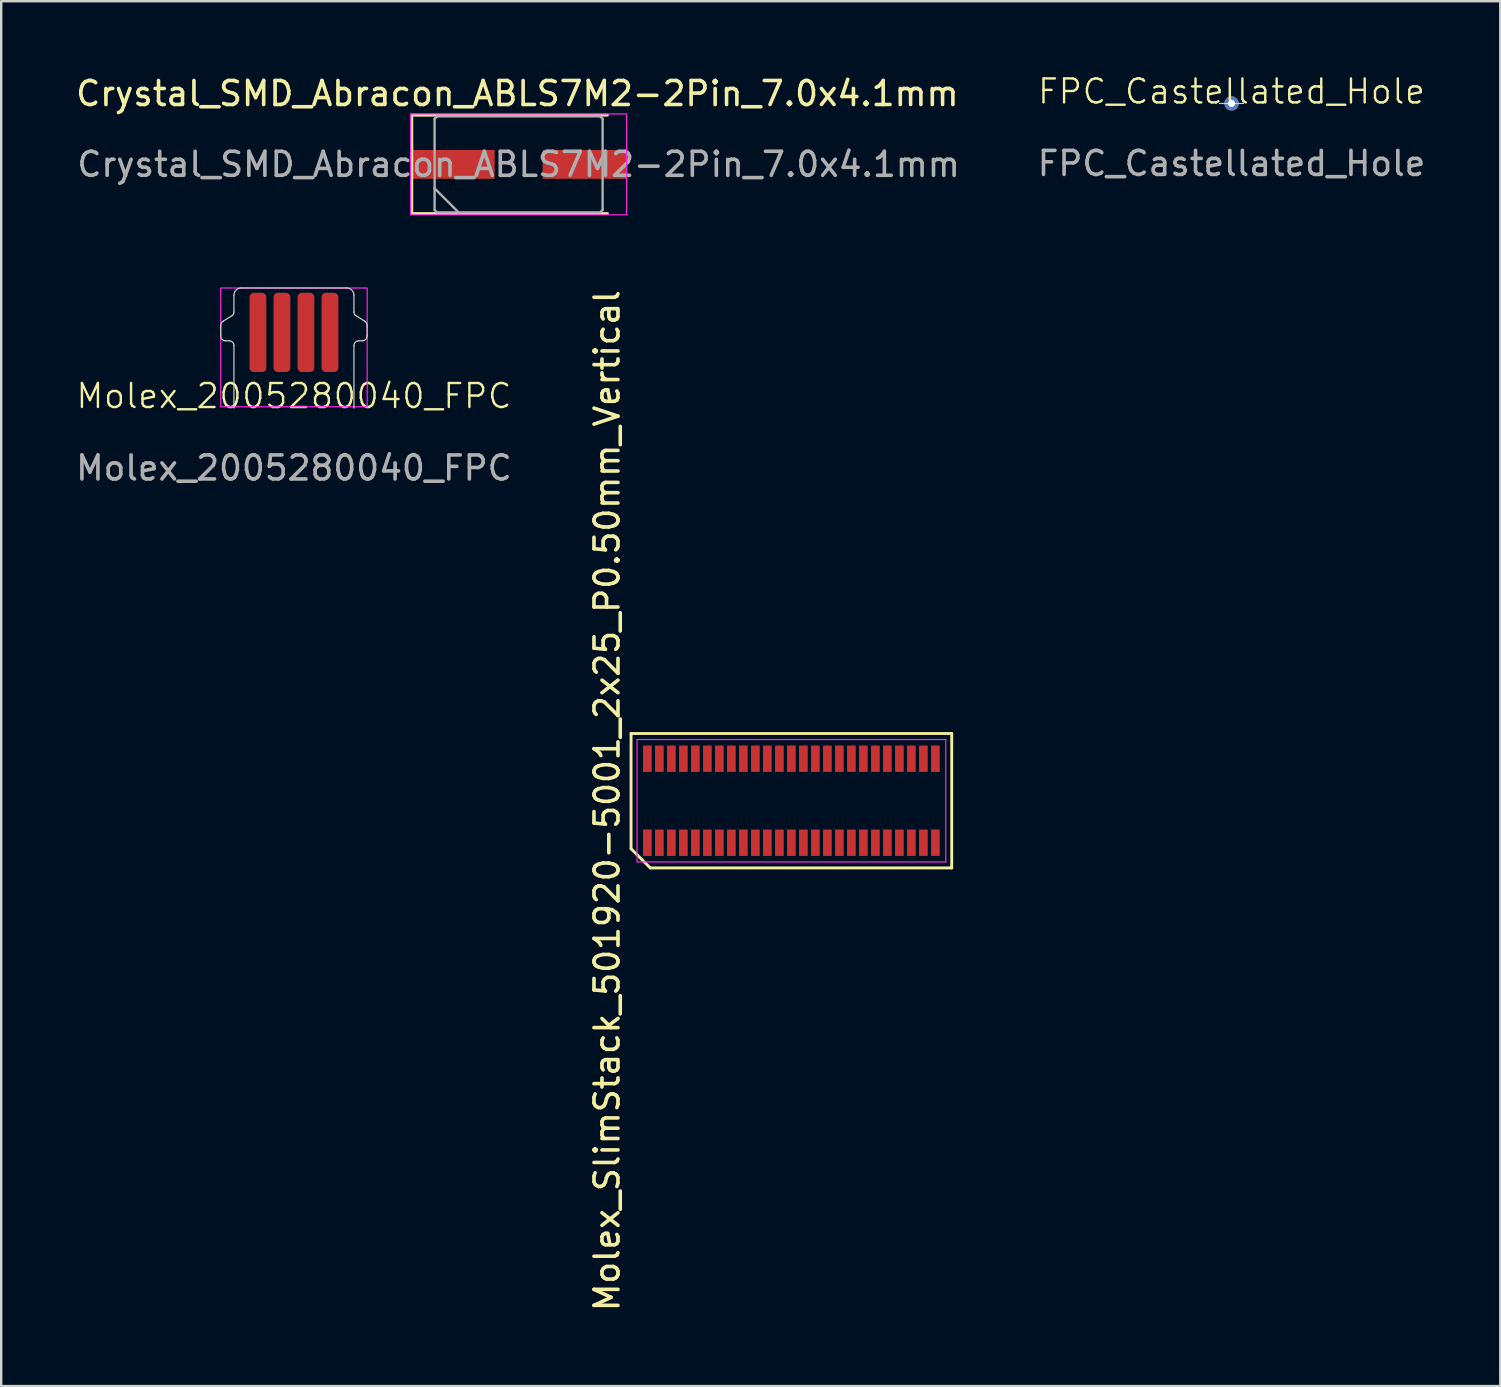
<source format=kicad_pcb>
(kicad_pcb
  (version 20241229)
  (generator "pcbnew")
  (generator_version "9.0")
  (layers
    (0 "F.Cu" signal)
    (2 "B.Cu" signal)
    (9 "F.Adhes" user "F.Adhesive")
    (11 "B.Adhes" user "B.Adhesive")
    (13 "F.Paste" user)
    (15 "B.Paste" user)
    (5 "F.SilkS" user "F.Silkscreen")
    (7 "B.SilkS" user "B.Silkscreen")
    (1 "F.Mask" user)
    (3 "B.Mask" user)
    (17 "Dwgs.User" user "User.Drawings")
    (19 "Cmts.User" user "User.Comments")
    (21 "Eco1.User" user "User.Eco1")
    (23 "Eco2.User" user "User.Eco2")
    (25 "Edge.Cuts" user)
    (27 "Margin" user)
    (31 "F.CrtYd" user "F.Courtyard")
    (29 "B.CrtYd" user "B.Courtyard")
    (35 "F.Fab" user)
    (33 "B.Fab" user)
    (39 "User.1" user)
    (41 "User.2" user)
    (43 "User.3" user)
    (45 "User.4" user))
  (footprint "FPC_Castellated_Hole"
    (layer "F.Cu")
    (at 48.258 1.26)
    (property "Reference" "FPC_Castellated_Hole" (at 0 -0.5 0) (unlocked yes) (layer "F.SilkS") (effects (font (size 1 1) (thickness 0.1))))
    (fp_line (start -0.5 0) (end 0.5 0) (stroke (width 0.05) (type default)) (layer "Edge.Cuts"))
    (fp_text user "${REFERENCE}" (at 0 2.5 0) (unlocked yes) (layer "F.Fab") (effects (font (size 1 1) (thickness 0.15))))
    (pad "1" thru_hole circle (at 0 0) (size 0.6 0.6) (drill 0.3) (property pad_prop_castellated) (layers "*.Cu" "*.Mask")))
  (footprint "Molex_SlimStack_501920-5001_2x25_P0.50mm_Vertical"
    (layer "F.Cu")
    (at 29.921 30.31)
    (property "Reference" "Molex_SlimStack_501920-5001_2x25_P0.50mm_Vertical" (at -7.68 0 90) (layer "F.SilkS") (effects (font (size 1 1) (thickness 0.15))))
    (attr smd)
    (fp_line (start -6.68 -2.8) (end 6.68 -2.8) (stroke (width 0.12) (type solid)) (layer "F.SilkS"))
    (fp_line (start -6.68 2) (end -6.68 -2.8) (stroke (width 0.12) (type solid)) (layer "F.SilkS"))
    (fp_line (start -5.88 2.8) (end -6.68 2) (stroke (width 0.12) (type solid)) (layer "F.SilkS"))
    (fp_line (start 6.68 -2.8) (end 6.68 2.8) (stroke (width 0.12) (type solid)) (layer "F.SilkS"))
    (fp_line (start 6.68 2.8) (end -5.88 2.8) (stroke (width 0.12) (type solid)) (layer "F.SilkS"))
    (fp_line (start -6.43 -2.55) (end 6.43 -2.55) (stroke (width 0.05) (type solid)) (layer "F.CrtYd"))
    (fp_line (start -6.43 2.55) (end -6.43 -2.55) (stroke (width 0.05) (type solid)) (layer "F.CrtYd"))
    (fp_line (start 6.43 -2.55) (end 6.43 2.55) (stroke (width 0.05) (type solid)) (layer "F.CrtYd"))
    (fp_line (start 6.43 2.55) (end -6.43 2.55) (stroke (width 0.05) (type solid)) (layer "F.CrtYd"))
    (pad "1" smd rect (at -6 1.75) (size 0.36 1.1) (layers "F.Cu" "F.Mask" "F.Paste"))
    (pad "2" smd rect (at -6 -1.75) (size 0.36 1.1) (layers "F.Cu" "F.Mask" "F.Paste"))
    (pad "3" smd rect (at -5.5 1.75) (size 0.36 1.1) (layers "F.Cu" "F.Mask" "F.Paste"))
    (pad "4" smd rect (at -5.5 -1.75) (size 0.36 1.1) (layers "F.Cu" "F.Mask" "F.Paste"))
    (pad "5" smd rect (at -5 1.75) (size 0.36 1.1) (layers "F.Cu" "F.Mask" "F.Paste"))
    (pad "6" smd rect (at -5 -1.75) (size 0.36 1.1) (layers "F.Cu" "F.Mask" "F.Paste"))
    (pad "7" smd rect (at -4.5 1.75) (size 0.36 1.1) (layers "F.Cu" "F.Mask" "F.Paste"))
    (pad "8" smd rect (at -4.5 -1.75) (size 0.36 1.1) (layers "F.Cu" "F.Mask" "F.Paste"))
    (pad "9" smd rect (at -4 1.75) (size 0.36 1.1) (layers "F.Cu" "F.Mask" "F.Paste"))
    (pad "10" smd rect (at -4 -1.75) (size 0.36 1.1) (layers "F.Cu" "F.Mask" "F.Paste"))
    (pad "11" smd rect (at -3.5 1.75) (size 0.36 1.1) (layers "F.Cu" "F.Mask" "F.Paste"))
    (pad "12" smd rect (at -3.5 -1.75) (size 0.36 1.1) (layers "F.Cu" "F.Mask" "F.Paste"))
    (pad "13" smd rect (at -3 1.75) (size 0.36 1.1) (layers "F.Cu" "F.Mask" "F.Paste"))
    (pad "14" smd rect (at -3 -1.75) (size 0.36 1.1) (layers "F.Cu" "F.Mask" "F.Paste"))
    (pad "15" smd rect (at -2.5 1.75) (size 0.36 1.1) (layers "F.Cu" "F.Mask" "F.Paste"))
    (pad "16" smd rect (at -2.5 -1.75) (size 0.36 1.1) (layers "F.Cu" "F.Mask" "F.Paste"))
    (pad "17" smd rect (at -2 1.75) (size 0.36 1.1) (layers "F.Cu" "F.Mask" "F.Paste"))
    (pad "18" smd rect (at -2 -1.75) (size 0.36 1.1) (layers "F.Cu" "F.Mask" "F.Paste"))
    (pad "19" smd rect (at -1.5 1.75) (size 0.36 1.1) (layers "F.Cu" "F.Mask" "F.Paste"))
    (pad "20" smd rect (at -1.5 -1.75) (size 0.36 1.1) (layers "F.Cu" "F.Mask" "F.Paste"))
    (pad "21" smd rect (at -1 1.75) (size 0.36 1.1) (layers "F.Cu" "F.Mask" "F.Paste"))
    (pad "22" smd rect (at -1 -1.75) (size 0.36 1.1) (layers "F.Cu" "F.Mask" "F.Paste"))
    (pad "23" smd rect (at -0.5 1.75) (size 0.36 1.1) (layers "F.Cu" "F.Mask" "F.Paste"))
    (pad "24" smd rect (at -0.5 -1.75) (size 0.36 1.1) (layers "F.Cu" "F.Mask" "F.Paste"))
    (pad "25" smd rect (at 0 1.75) (size 0.36 1.1) (layers "F.Cu" "F.Mask" "F.Paste"))
    (pad "26" smd rect (at 0 -1.75) (size 0.36 1.1) (layers "F.Cu" "F.Mask" "F.Paste"))
    (pad "27" smd rect (at 0.5 1.75) (size 0.36 1.1) (layers "F.Cu" "F.Mask" "F.Paste"))
    (pad "28" smd rect (at 0.5 -1.75) (size 0.36 1.1) (layers "F.Cu" "F.Mask" "F.Paste"))
    (pad "29" smd rect (at 1 1.75) (size 0.36 1.1) (layers "F.Cu" "F.Mask" "F.Paste"))
    (pad "30" smd rect (at 1 -1.75) (size 0.36 1.1) (layers "F.Cu" "F.Mask" "F.Paste"))
    (pad "31" smd rect (at 1.5 1.75) (size 0.36 1.1) (layers "F.Cu" "F.Mask" "F.Paste"))
    (pad "32" smd rect (at 1.5 -1.75) (size 0.36 1.1) (layers "F.Cu" "F.Mask" "F.Paste"))
    (pad "33" smd rect (at 2 1.75) (size 0.36 1.1) (layers "F.Cu" "F.Mask" "F.Paste"))
    (pad "34" smd rect (at 2 -1.75) (size 0.36 1.1) (layers "F.Cu" "F.Mask" "F.Paste"))
    (pad "35" smd rect (at 2.5 1.75) (size 0.36 1.1) (layers "F.Cu" "F.Mask" "F.Paste"))
    (pad "36" smd rect (at 2.5 -1.75) (size 0.36 1.1) (layers "F.Cu" "F.Mask" "F.Paste"))
    (pad "37" smd rect (at 3 1.75) (size 0.36 1.1) (layers "F.Cu" "F.Mask" "F.Paste"))
    (pad "38" smd rect (at 3 -1.75) (size 0.36 1.1) (layers "F.Cu" "F.Mask" "F.Paste"))
    (pad "39" smd rect (at 3.5 1.75) (size 0.36 1.1) (layers "F.Cu" "F.Mask" "F.Paste"))
    (pad "40" smd rect (at 3.5 -1.75) (size 0.36 1.1) (layers "F.Cu" "F.Mask" "F.Paste"))
    (pad "41" smd rect (at 4 1.75) (size 0.36 1.1) (layers "F.Cu" "F.Mask" "F.Paste"))
    (pad "42" smd rect (at 4 -1.75) (size 0.36 1.1) (layers "F.Cu" "F.Mask" "F.Paste"))
    (pad "43" smd rect (at 4.5 1.75) (size 0.36 1.1) (layers "F.Cu" "F.Mask" "F.Paste"))
    (pad "44" smd rect (at 4.5 -1.75) (size 0.36 1.1) (layers "F.Cu" "F.Mask" "F.Paste"))
    (pad "45" smd rect (at 5 1.75) (size 0.36 1.1) (layers "F.Cu" "F.Mask" "F.Paste"))
    (pad "46" smd rect (at 5 -1.75) (size 0.36 1.1) (layers "F.Cu" "F.Mask" "F.Paste"))
    (pad "47" smd rect (at 5.5 1.75) (size 0.36 1.1) (layers "F.Cu" "F.Mask" "F.Paste"))
    (pad "48" smd rect (at 5.5 -1.75) (size 0.36 1.1) (layers "F.Cu" "F.Mask" "F.Paste"))
    (pad "49" smd rect (at 6 1.75) (size 0.36 1.1) (layers "F.Cu" "F.Mask" "F.Paste"))
    (pad "50" smd rect (at 6 -1.75) (size 0.36 1.1) (layers "F.Cu" "F.Mask" "F.Paste")))
  (footprint "Molex_2005280040_FPC"
    (layer "F.Cu")
    (at 9.196 13.948)
    (property "Reference" "Molex_2005280040_FPC" (at 0 -0.5 0) (unlocked yes) (layer "F.SilkS") (effects (font (size 1 1) (thickness 0.1))))
    (attr exclude_from_pos_files exclude_from_bom)
    (fp_line (start -3.05 -3.445) (end -3.05 -3) (stroke (width 0.05) (type default)) (layer "Edge.Cuts"))
    (fp_line (start -2.85 -2.8) (end -2.7 -2.8) (stroke (width 0.05) (type default)) (layer "Edge.Cuts"))
    (fp_line (start -2.559 -3.859) (end -2.939 -3.624) (stroke (width 0.05) (type default)) (layer "Edge.Cuts"))
    (fp_line (start -2.5 -4.7) (end -2.5 -4) (stroke (width 0.05) (type default)) (layer "Edge.Cuts"))
    (fp_line (start -2.5 -2.6) (end -2.5 0) (stroke (width 0.05) (type default)) (layer "Edge.Cuts"))
    (fp_line (start -2.2 -5) (end 2.2 -5) (stroke (width 0.05) (type default)) (layer "Edge.Cuts"))
    (fp_line (start 2.5 -4.7) (end 2.5 -4) (stroke (width 0.05) (type default)) (layer "Edge.Cuts"))
    (fp_line (start 2.5 -2.6) (end 2.5 0) (stroke (width 0.05) (type default)) (layer "Edge.Cuts"))
    (fp_line (start 2.559 -3.859) (end 2.939 -3.624) (stroke (width 0.05) (type default)) (layer "Edge.Cuts"))
    (fp_line (start 2.85 -2.8) (end 2.7 -2.8) (stroke (width 0.05) (type default)) (layer "Edge.Cuts"))
    (fp_line (start 3.05 -3.445) (end 3.05 -3) (stroke (width 0.05) (type default)) (layer "Edge.Cuts"))
    (fp_arc (start -3.05 -3.444854) (mid -3.02013 -3.55) (end -2.939443 -3.623739) (stroke (width 0.05) (type default)) (layer "Edge.Cuts"))
    (fp_arc (start -2.85 -2.8) (mid -2.991421 -2.858579) (end -3.05 -3) (stroke (width 0.05) (type default)) (layer "Edge.Cuts"))
    (fp_arc (start -2.7 -2.8) (mid -2.558579 -2.741421) (end -2.5 -2.6) (stroke (width 0.05) (type default)) (layer "Edge.Cuts"))
    (fp_arc (start -2.5 -4.7) (mid -2.412132 -4.912132) (end -2.2 -5) (stroke (width 0.05) (type default)) (layer "Edge.Cuts"))
    (fp_arc (start -2.5 -4) (mid -2.515224 -3.923463) (end -2.558579 -3.858579) (stroke (width 0.05) (type default)) (layer "Edge.Cuts"))
    (fp_arc (start 2.2 -5) (mid 2.412132 -4.912132) (end 2.5 -4.7) (stroke (width 0.05) (type default)) (layer "Edge.Cuts"))
    (fp_arc (start 2.5 -2.6) (mid 2.558579 -2.741421) (end 2.7 -2.8) (stroke (width 0.05) (type default)) (layer "Edge.Cuts"))
    (fp_arc (start 2.558579 -3.858579) (mid 2.515224 -3.923463) (end 2.5 -4) (stroke (width 0.05) (type default)) (layer "Edge.Cuts"))
    (fp_arc (start 2.939443 -3.623739) (mid 3.02013 -3.55) (end 3.05 -3.444854) (stroke (width 0.05) (type default)) (layer "Edge.Cuts"))
    (fp_arc (start 3.05 -3) (mid 2.991421 -2.858579) (end 2.85 -2.8) (stroke (width 0.05) (type default)) (layer "Edge.Cuts"))
    (fp_rect (start -3.05 -5) (end 3.05 -0.05) (stroke (width 0.05) (type default)) (fill no) (layer "F.CrtYd"))
    (fp_line (start -3.062 -3.457) (end -3.062 -3.012) (stroke (width 0.05) (type default)) (layer "User.4"))
    (fp_line (start -2.862 -2.812) (end -2.712 -2.812) (stroke (width 0.05) (type default)) (layer "User.4"))
    (fp_line (start -2.571 -3.871) (end -2.952 -3.636) (stroke (width 0.05) (type default)) (layer "User.4"))
    (fp_line (start -2.512 -4.712) (end -2.512 -4.012) (stroke (width 0.05) (type default)) (layer "User.4"))
    (fp_line (start -2.512 -2.612) (end -2.512 -0.012) (stroke (width 0.05) (type default)) (layer "User.4"))
    (fp_line (start -2.512 -0.012) (end 2.512 -0.012) (stroke (width 0.05) (type default)) (layer "User.4"))
    (fp_line (start -2.2 -5) (end 2.2 -5) (stroke (width 0.05) (type default)) (layer "User.4"))
    (fp_line (start 2.512 -4.712) (end 2.512 -4.012) (stroke (width 0.05) (type default)) (layer "User.4"))
    (fp_line (start 2.512 -2.612) (end 2.512 -0.012) (stroke (width 0.05) (type default)) (layer "User.4"))
    (fp_line (start 2.571 -3.871) (end 2.952 -3.636) (stroke (width 0.05) (type default)) (layer "User.4"))
    (fp_line (start 2.862 -2.812) (end 2.712 -2.812) (stroke (width 0.05) (type default)) (layer "User.4"))
    (fp_line (start 3.062 -3.457) (end 3.062 -3.012) (stroke (width 0.05) (type default)) (layer "User.4"))
    (fp_arc (start -3.062132 -3.456986) (mid -3.032262 -3.562132) (end -2.951575 -3.635871) (stroke (width 0.05) (type default)) (layer "User.4"))
    (fp_arc (start -2.862132 -2.812132) (mid -3.003553 -2.870711) (end -3.062132 -3.012132) (stroke (width 0.05) (type default)) (layer "User.4"))
    (fp_arc (start -2.712132 -2.812132) (mid -2.570711 -2.753553) (end -2.512132 -2.612132) (stroke (width 0.05) (type default)) (layer "User.4"))
    (fp_arc (start -2.512132 -4.012132) (mid -2.527356 -3.935595) (end -2.570711 -3.870711) (stroke (width 0.05) (type default)) (layer "User.4"))
    (fp_arc (start -2.5 -4.7) (mid -2.412132 -4.912132) (end -2.2 -5) (stroke (width 0.05) (type default)) (layer "User.4"))
    (fp_arc (start 2.2 -5) (mid 2.412132 -4.912132) (end 2.5 -4.7) (stroke (width 0.05) (type default)) (layer "User.4"))
    (fp_arc (start 2.512132 -2.612132) (mid 2.570711 -2.753553) (end 2.712132 -2.812132) (stroke (width 0.05) (type default)) (layer "User.4"))
    (fp_arc (start 2.570711 -3.870711) (mid 2.527356 -3.935595) (end 2.512132 -4.012132) (stroke (width 0.05) (type default)) (layer "User.4"))
    (fp_arc (start 2.951575 -3.635871) (mid 3.032262 -3.562132) (end 3.062132 -3.456986) (stroke (width 0.05) (type default)) (layer "User.4"))
    (fp_arc (start 3.062132 -3.012132) (mid 3.003553 -2.870711) (end 2.862132 -2.812132) (stroke (width 0.05) (type default)) (layer "User.4"))
    (fp_text user "${REFERENCE}" (at 0 2.5 0) (unlocked yes) (layer "F.Fab") (effects (font (size 1 1) (thickness 0.15))))
    (pad "1" smd roundrect (at 1.5 -3.15) (size 0.7 3.3) (layers "F.Cu" "F.Mask") (roundrect_rratio 0.25))
    (pad "2" smd roundrect (at 0.5 -3.15) (size 0.7 3.3) (layers "F.Cu" "F.Mask") (roundrect_rratio 0.25))
    (pad "3" smd roundrect (at -0.5 -3.15) (size 0.7 3.3) (layers "F.Cu" "F.Mask") (roundrect_rratio 0.25))
    (pad "4" smd roundrect (at -1.5 -3.15) (size 0.7 3.3) (layers "F.Cu" "F.Mask") (roundrect_rratio 0.25)))
  (footprint "Crystal_SMD_Abracon_ABLS7M2-2Pin_7.0x4.1mm"
    (layer "F.Cu")
    (at 18.556 3.798)
    (property "Reference" "Crystal_SMD_Abracon_ABLS7M2-2Pin_7.0x4.1mm" (at -0.05 -2.95 0) (layer "F.SilkS") (effects (font (size 1 1) (thickness 0.15))))
    (attr smd)
    (fp_line (start -4.45 -2.05) (end -4.45 2.05) (stroke (width 0.12) (type solid)) (layer "F.SilkS"))
    (fp_line (start -4.45 2.05) (end 3.7 2.05) (stroke (width 0.12) (type solid)) (layer "F.SilkS"))
    (fp_line (start 3.7 -2.05) (end -4.45 -2.05) (stroke (width 0.12) (type solid)) (layer "F.SilkS"))
    (fp_line (start -4.5 -2.1) (end -4.5 2.1) (stroke (width 0.05) (type solid)) (layer "F.CrtYd"))
    (fp_line (start -4.5 2.1) (end 4.5 2.1) (stroke (width 0.05) (type solid)) (layer "F.CrtYd"))
    (fp_line (start 4.5 -2.1) (end -4.5 -2.1) (stroke (width 0.05) (type solid)) (layer "F.CrtYd"))
    (fp_line (start 4.5 2.1) (end 4.5 -2.1) (stroke (width 0.05) (type solid)) (layer "F.CrtYd"))
    (fp_line (start -3.5 -1.9) (end -3.4 -2) (stroke (width 0.1) (type solid)) (layer "F.Fab"))
    (fp_line (start -3.5 1) (end -2.5 2) (stroke (width 0.1) (type solid)) (layer "F.Fab"))
    (fp_line (start -3.5 1.9) (end -3.5 -1.9) (stroke (width 0.1) (type solid)) (layer "F.Fab"))
    (fp_line (start -3.4 -2) (end 3.4 -2) (stroke (width 0.1) (type solid)) (layer "F.Fab"))
    (fp_line (start -3.4 2) (end -3.5 1.9) (stroke (width 0.1) (type solid)) (layer "F.Fab"))
    (fp_line (start 3.4 -2) (end 3.5 -1.9) (stroke (width 0.1) (type solid)) (layer "F.Fab"))
    (fp_line (start 3.4 2) (end -3.4 2) (stroke (width 0.1) (type solid)) (layer "F.Fab"))
    (fp_line (start 3.5 -1.9) (end 3.5 1.9) (stroke (width 0.1) (type solid)) (layer "F.Fab"))
    (fp_line (start 3.5 1.9) (end 3.4 2) (stroke (width 0.1) (type solid)) (layer "F.Fab"))
    (fp_text user "${REFERENCE}" (at 0 0 0) (layer "F.Fab") (effects (font (size 1 1) (thickness 0.15))))
    (pad "1" smd rect (at -2.75 0) (size 3.5 1.2) (layers "F.Cu" "F.Mask" "F.Paste"))
    (pad "2" smd rect (at 2.75 0) (size 3.5 1.2) (layers "F.Cu" "F.Mask" "F.Paste")))
  (gr_rect
    (start -3 -3)
    (end 59.455 54.697)
    (stroke (width 0.1) (type default))
    (fill no)
    (layer "Edge.Cuts")))
</source>
